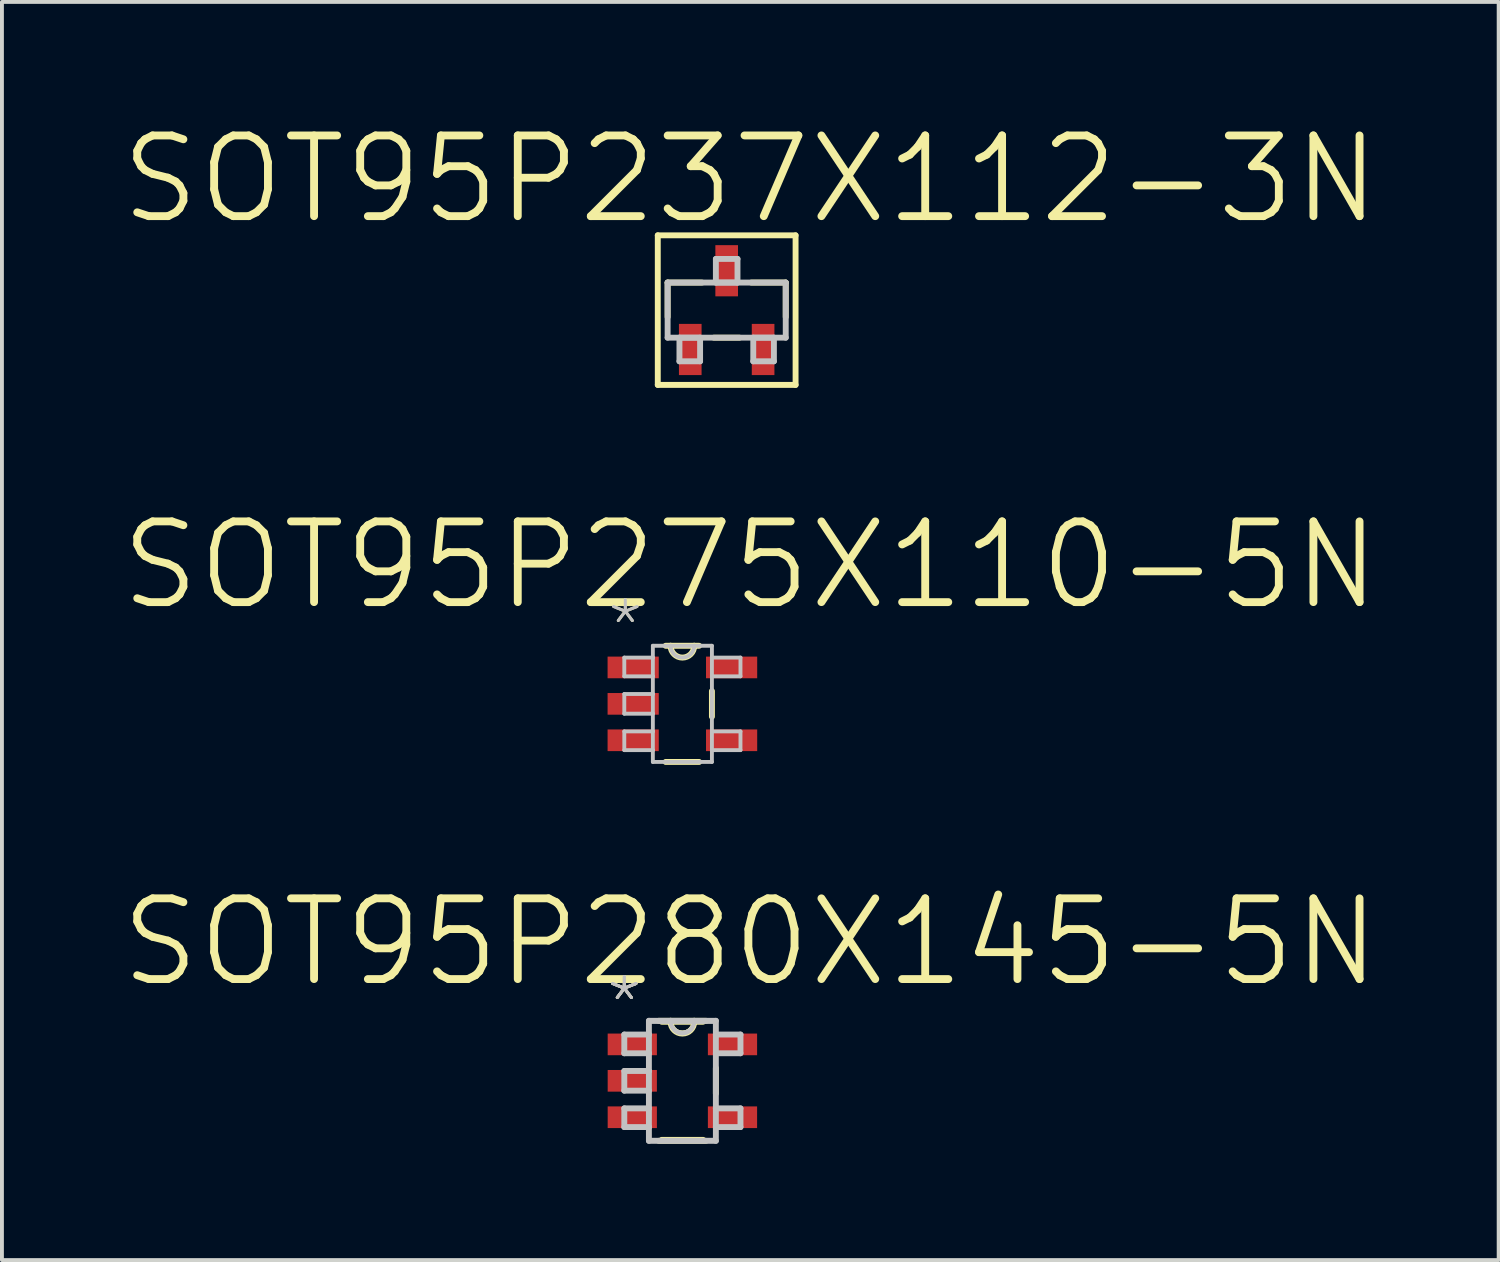
<source format=kicad_pcb>
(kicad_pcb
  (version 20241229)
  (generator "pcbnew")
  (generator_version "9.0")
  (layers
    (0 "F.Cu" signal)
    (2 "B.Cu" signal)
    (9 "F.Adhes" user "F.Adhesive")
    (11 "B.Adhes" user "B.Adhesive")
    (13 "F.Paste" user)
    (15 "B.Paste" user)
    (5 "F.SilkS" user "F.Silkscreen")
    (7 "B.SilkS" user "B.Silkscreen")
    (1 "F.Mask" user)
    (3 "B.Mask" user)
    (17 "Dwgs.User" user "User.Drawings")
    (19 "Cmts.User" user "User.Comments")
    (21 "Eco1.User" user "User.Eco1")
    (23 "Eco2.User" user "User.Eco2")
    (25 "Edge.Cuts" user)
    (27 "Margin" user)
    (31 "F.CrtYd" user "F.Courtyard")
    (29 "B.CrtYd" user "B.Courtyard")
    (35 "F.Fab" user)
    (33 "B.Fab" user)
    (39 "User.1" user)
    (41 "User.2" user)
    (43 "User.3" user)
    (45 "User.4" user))
  (footprint "SOT95P275X110-5N"
    (layer "F.Cu")
    (at 14.56 15.114)
    (property "Reference" "SOT95P275X110-5N" (at 1.753 -3.579 0) (layer "F.SilkS") (effects (font (size 2.083 2.083) (thickness 0.203))))
    (attr smd)
    (fp_line (start -0.432 1.499) (end 0.432 1.499) (stroke (width 0.152) (type solid)) (layer "F.SilkS"))
    (fp_line (start -0.305 -1.499) (end -0.432 -1.499) (stroke (width 0.152) (type solid)) (layer "F.SilkS"))
    (fp_line (start 0.305 -1.499) (end -0.305 -1.499) (stroke (width 0.152) (type solid)) (layer "F.SilkS"))
    (fp_line (start 0.432 -1.499) (end 0.305 -1.499) (stroke (width 0.152) (type solid)) (layer "F.SilkS"))
    (fp_line (start 0.762 0.33) (end 0.762 -0.33) (stroke (width 0.152) (type solid)) (layer "F.SilkS"))
    (fp_arc (start 0.3048 -1.4986) (mid 0 -1.1938) (end -0.3048 -1.4986) (stroke (width 0.1524) (type solid)) (layer "F.SilkS"))
    (fp_line (start -1.499 -1.194) (end -1.499 -0.711) (stroke (width 0.1) (type solid)) (layer "Dwgs.User"))
    (fp_line (start -1.499 -0.711) (end -0.762 -0.711) (stroke (width 0.1) (type solid)) (layer "Dwgs.User"))
    (fp_line (start -1.499 -0.254) (end -1.499 0.254) (stroke (width 0.1) (type solid)) (layer "Dwgs.User"))
    (fp_line (start -1.499 0.254) (end -0.762 0.254) (stroke (width 0.1) (type solid)) (layer "Dwgs.User"))
    (fp_line (start -1.499 0.711) (end -1.499 1.194) (stroke (width 0.1) (type solid)) (layer "Dwgs.User"))
    (fp_line (start -1.499 1.194) (end -0.762 1.194) (stroke (width 0.1) (type solid)) (layer "Dwgs.User"))
    (fp_line (start -0.762 -1.499) (end -0.762 -1.194) (stroke (width 0.1) (type solid)) (layer "Dwgs.User"))
    (fp_line (start -0.762 -1.194) (end -1.499 -1.194) (stroke (width 0.1) (type solid)) (layer "Dwgs.User"))
    (fp_line (start -0.762 -1.194) (end -0.762 -0.711) (stroke (width 0.1) (type solid)) (layer "Dwgs.User"))
    (fp_line (start -0.762 -0.711) (end -0.762 -0.254) (stroke (width 0.1) (type solid)) (layer "Dwgs.User"))
    (fp_line (start -0.762 -0.254) (end -1.499 -0.254) (stroke (width 0.1) (type solid)) (layer "Dwgs.User"))
    (fp_line (start -0.762 -0.254) (end -0.762 0.254) (stroke (width 0.1) (type solid)) (layer "Dwgs.User"))
    (fp_line (start -0.762 0.254) (end -0.762 0.711) (stroke (width 0.1) (type solid)) (layer "Dwgs.User"))
    (fp_line (start -0.762 0.711) (end -1.499 0.711) (stroke (width 0.1) (type solid)) (layer "Dwgs.User"))
    (fp_line (start -0.762 1.194) (end -0.762 0.711) (stroke (width 0.1) (type solid)) (layer "Dwgs.User"))
    (fp_line (start -0.762 1.499) (end -0.762 1.194) (stroke (width 0.1) (type solid)) (layer "Dwgs.User"))
    (fp_line (start -0.762 1.499) (end 0.762 1.499) (stroke (width 0.1) (type solid)) (layer "Dwgs.User"))
    (fp_line (start -0.305 -1.499) (end -0.762 -1.499) (stroke (width 0.1) (type solid)) (layer "Dwgs.User"))
    (fp_line (start 0.305 -1.499) (end -0.305 -1.499) (stroke (width 0.1) (type solid)) (layer "Dwgs.User"))
    (fp_line (start 0.762 -1.499) (end 0.305 -1.499) (stroke (width 0.1) (type solid)) (layer "Dwgs.User"))
    (fp_line (start 0.762 -1.499) (end 0.762 -1.194) (stroke (width 0.1) (type solid)) (layer "Dwgs.User"))
    (fp_line (start 0.762 -1.194) (end 0.762 -0.711) (stroke (width 0.1) (type solid)) (layer "Dwgs.User"))
    (fp_line (start 0.762 -0.711) (end 1.499 -0.711) (stroke (width 0.1) (type solid)) (layer "Dwgs.User"))
    (fp_line (start 0.762 0.711) (end 0.762 -0.711) (stroke (width 0.1) (type solid)) (layer "Dwgs.User"))
    (fp_line (start 0.762 1.194) (end 0.762 0.711) (stroke (width 0.1) (type solid)) (layer "Dwgs.User"))
    (fp_line (start 0.762 1.194) (end 1.499 1.194) (stroke (width 0.1) (type solid)) (layer "Dwgs.User"))
    (fp_line (start 0.762 1.499) (end 0.762 1.194) (stroke (width 0.1) (type solid)) (layer "Dwgs.User"))
    (fp_line (start 1.499 -1.194) (end 0.762 -1.194) (stroke (width 0.1) (type solid)) (layer "Dwgs.User"))
    (fp_line (start 1.499 -0.711) (end 1.499 -1.194) (stroke (width 0.1) (type solid)) (layer "Dwgs.User"))
    (fp_line (start 1.499 0.711) (end 0.762 0.711) (stroke (width 0.1) (type solid)) (layer "Dwgs.User"))
    (fp_line (start 1.499 1.194) (end 1.499 0.711) (stroke (width 0.1) (type solid)) (layer "Dwgs.User"))
    (fp_arc (start 0.3048 -1.4986) (mid 0 -1.1938) (end -0.3048 -1.4986) (stroke (width 0.1) (type solid)) (layer "Dwgs.User"))
    (fp_text user "*" (at -1.473 -2.007 0) (layer "F.SilkS") (effects (font (size 1.27 1.27) (thickness 0.076))))
    (fp_text user "*" (at -1.473 -2.007 0) (layer "Dwgs.User") (effects (font (size 1.27 1.27) (thickness 0.076))))
    (pad "1" smd rect (at -1.27 -0.94) (size 1.321 0.559) (layers "F.Cu" "F.Mask" "F.Paste"))
    (pad "2" smd rect (at -1.27 0) (size 1.321 0.559) (layers "F.Cu" "F.Mask" "F.Paste"))
    (pad "3" smd rect (at -1.27 0.94) (size 1.321 0.559) (layers "F.Cu" "F.Mask" "F.Paste"))
    (pad "4" smd rect (at 1.27 0.94) (size 1.321 0.559) (layers "F.Cu" "F.Mask" "F.Paste"))
    (pad "5" smd rect (at 1.27 -0.94) (size 1.321 0.559) (layers "F.Cu" "F.Mask" "F.Paste")))
  (footprint "SOT95P237X112-3N"
    (layer "F.Cu")
    (at 15.703 4.953)
    (property "Reference" "SOT95P237X112-3N" (at 0.61 -3.378 0) (layer "F.SilkS") (effects (font (size 2.083 2.083) (thickness 0.203))))
    (attr smd)
    (fp_line (start -1.778 -1.93) (end 1.778 -1.93) (stroke (width 0.152) (type solid)) (layer "F.SilkS"))
    (fp_line (start -1.778 1.93) (end -1.778 -1.93) (stroke (width 0.152) (type solid)) (layer "F.SilkS"))
    (fp_line (start -1.524 -0.711) (end -1.524 0.178) (stroke (width 0.152) (type solid)) (layer "F.SilkS"))
    (fp_line (start -0.635 -0.711) (end -1.524 -0.711) (stroke (width 0.152) (type solid)) (layer "F.SilkS"))
    (fp_line (start -0.33 0.711) (end 0.33 0.711) (stroke (width 0.152) (type solid)) (layer "F.SilkS"))
    (fp_line (start 1.524 -0.711) (end 0.635 -0.711) (stroke (width 0.152) (type solid)) (layer "F.SilkS"))
    (fp_line (start 1.524 0.178) (end 1.524 -0.711) (stroke (width 0.152) (type solid)) (layer "F.SilkS"))
    (fp_line (start 1.778 -1.93) (end 1.778 1.93) (stroke (width 0.152) (type solid)) (layer "F.SilkS"))
    (fp_line (start 1.778 1.93) (end -1.778 1.93) (stroke (width 0.152) (type solid)) (layer "F.SilkS"))
    (fp_line (start -1.524 -0.711) (end -1.524 0.711) (stroke (width 0.152) (type solid)) (layer "Dwgs.User"))
    (fp_line (start -1.524 0.711) (end 1.524 0.711) (stroke (width 0.152) (type solid)) (layer "Dwgs.User"))
    (fp_line (start -1.219 0.711) (end -1.219 1.321) (stroke (width 0.152) (type solid)) (layer "Dwgs.User"))
    (fp_line (start -1.219 1.321) (end -0.686 1.321) (stroke (width 0.152) (type solid)) (layer "Dwgs.User"))
    (fp_line (start -0.686 0.711) (end -1.219 0.711) (stroke (width 0.152) (type solid)) (layer "Dwgs.User"))
    (fp_line (start -0.686 1.321) (end -0.686 0.711) (stroke (width 0.152) (type solid)) (layer "Dwgs.User"))
    (fp_line (start -0.279 -1.321) (end -0.279 -0.711) (stroke (width 0.152) (type solid)) (layer "Dwgs.User"))
    (fp_line (start -0.279 -0.711) (end 0.279 -0.711) (stroke (width 0.152) (type solid)) (layer "Dwgs.User"))
    (fp_line (start 0.279 -1.321) (end -0.279 -1.321) (stroke (width 0.152) (type solid)) (layer "Dwgs.User"))
    (fp_line (start 0.279 -0.711) (end 0.279 -1.321) (stroke (width 0.152) (type solid)) (layer "Dwgs.User"))
    (fp_line (start 0.686 0.711) (end 0.686 1.321) (stroke (width 0.152) (type solid)) (layer "Dwgs.User"))
    (fp_line (start 0.686 1.321) (end 1.219 1.321) (stroke (width 0.152) (type solid)) (layer "Dwgs.User"))
    (fp_line (start 1.219 0.711) (end 0.686 0.711) (stroke (width 0.152) (type solid)) (layer "Dwgs.User"))
    (fp_line (start 1.219 1.321) (end 1.219 0.711) (stroke (width 0.152) (type solid)) (layer "Dwgs.User"))
    (fp_line (start 1.524 -0.711) (end -1.524 -0.711) (stroke (width 0.152) (type solid)) (layer "Dwgs.User"))
    (fp_line (start 1.524 0.711) (end 1.524 -0.711) (stroke (width 0.152) (type solid)) (layer "Dwgs.User"))
    (pad "1" smd rect (at -0.94 1.016) (size 0.584 1.321) (layers "F.Cu" "F.Mask" "F.Paste"))
    (pad "2" smd rect (at 0.94 1.016) (size 0.584 1.321) (layers "F.Cu" "F.Mask" "F.Paste"))
    (pad "3" smd rect (at 0 -1.016) (size 0.584 1.321) (layers "F.Cu" "F.Mask" "F.Paste")))
  (footprint "SOT95P280X145-5N"
    (layer "F.Cu")
    (at 14.56 24.842)
    (property "Reference" "SOT95P280X145-5N" (at 1.753 -3.579 0) (layer "F.SilkS") (effects (font (size 2.083 2.083) (thickness 0.203))))
    (attr smd)
    (fp_line (start -0.61 1.549) (end 0.61 1.549) (stroke (width 0.152) (type solid)) (layer "F.SilkS"))
    (fp_line (start -0.533 1.524) (end 0.533 1.524) (stroke (width 0.152) (type solid)) (layer "F.SilkS"))
    (fp_line (start -0.305 -1.549) (end -0.61 -1.549) (stroke (width 0.152) (type solid)) (layer "F.SilkS"))
    (fp_line (start -0.305 -1.524) (end -0.533 -1.524) (stroke (width 0.152) (type solid)) (layer "F.SilkS"))
    (fp_line (start 0.305 -1.549) (end -0.305 -1.549) (stroke (width 0.152) (type solid)) (layer "F.SilkS"))
    (fp_line (start 0.305 -1.524) (end -0.305 -1.524) (stroke (width 0.152) (type solid)) (layer "F.SilkS"))
    (fp_line (start 0.533 -1.524) (end 0.305 -1.524) (stroke (width 0.152) (type solid)) (layer "F.SilkS"))
    (fp_line (start 0.61 -1.549) (end 0.305 -1.549) (stroke (width 0.152) (type solid)) (layer "F.SilkS"))
    (fp_line (start 0.864 0.33) (end 0.864 -0.33) (stroke (width 0.152) (type solid)) (layer "F.SilkS"))
    (fp_arc (start 0.3048 -1.5494) (mid 0 -1.2446) (end -0.3048 -1.5494) (stroke (width 0.1) (type solid)) (layer "F.SilkS"))
    (fp_arc (start 0.3048 -1.524) (mid 0 -1.2192) (end -0.3048 -1.524) (stroke (width 0.1524) (type solid)) (layer "F.SilkS"))
    (fp_line (start -1.499 -1.194) (end -1.499 -0.711) (stroke (width 0.152) (type solid)) (layer "Dwgs.User"))
    (fp_line (start -1.499 -0.711) (end -0.864 -0.711) (stroke (width 0.152) (type solid)) (layer "Dwgs.User"))
    (fp_line (start -1.499 -0.254) (end -1.499 0.254) (stroke (width 0.152) (type solid)) (layer "Dwgs.User"))
    (fp_line (start -1.499 0.254) (end -0.864 0.254) (stroke (width 0.152) (type solid)) (layer "Dwgs.User"))
    (fp_line (start -1.499 0.711) (end -1.499 1.194) (stroke (width 0.152) (type solid)) (layer "Dwgs.User"))
    (fp_line (start -1.499 1.194) (end -0.864 1.194) (stroke (width 0.152) (type solid)) (layer "Dwgs.User"))
    (fp_line (start -0.864 -1.549) (end -0.864 -1.194) (stroke (width 0.152) (type solid)) (layer "Dwgs.User"))
    (fp_line (start -0.864 -1.524) (end -0.864 -1.194) (stroke (width 0.1) (type solid)) (layer "Dwgs.User"))
    (fp_line (start -0.864 -1.194) (end -1.499 -1.194) (stroke (width 0.152) (type solid)) (layer "Dwgs.User"))
    (fp_line (start -0.864 -0.711) (end -0.864 -1.194) (stroke (width 0.152) (type solid)) (layer "Dwgs.User"))
    (fp_line (start -0.864 -0.711) (end -0.864 -0.254) (stroke (width 0.152) (type solid)) (layer "Dwgs.User"))
    (fp_line (start -0.864 -0.254) (end -1.499 -0.254) (stroke (width 0.152) (type solid)) (layer "Dwgs.User"))
    (fp_line (start -0.864 0.254) (end -0.864 -0.254) (stroke (width 0.152) (type solid)) (layer "Dwgs.User"))
    (fp_line (start -0.864 0.254) (end -0.864 0.711) (stroke (width 0.152) (type solid)) (layer "Dwgs.User"))
    (fp_line (start -0.864 0.711) (end -1.499 0.711) (stroke (width 0.152) (type solid)) (layer "Dwgs.User"))
    (fp_line (start -0.864 1.194) (end -0.864 0.711) (stroke (width 0.152) (type solid)) (layer "Dwgs.User"))
    (fp_line (start -0.864 1.194) (end -0.864 1.549) (stroke (width 0.152) (type solid)) (layer "Dwgs.User"))
    (fp_line (start -0.864 1.524) (end -0.864 1.194) (stroke (width 0.1) (type solid)) (layer "Dwgs.User"))
    (fp_line (start -0.864 1.524) (end 0.864 1.524) (stroke (width 0.1) (type solid)) (layer "Dwgs.User"))
    (fp_line (start -0.864 1.549) (end 0.864 1.549) (stroke (width 0.152) (type solid)) (layer "Dwgs.User"))
    (fp_line (start -0.305 -1.549) (end -0.864 -1.549) (stroke (width 0.152) (type solid)) (layer "Dwgs.User"))
    (fp_line (start -0.305 -1.524) (end -0.864 -1.524) (stroke (width 0.1) (type solid)) (layer "Dwgs.User"))
    (fp_line (start 0.305 -1.549) (end -0.305 -1.549) (stroke (width 0.152) (type solid)) (layer "Dwgs.User"))
    (fp_line (start 0.305 -1.524) (end -0.305 -1.524) (stroke (width 0.1) (type solid)) (layer "Dwgs.User"))
    (fp_line (start 0.864 -1.549) (end 0.305 -1.549) (stroke (width 0.152) (type solid)) (layer "Dwgs.User"))
    (fp_line (start 0.864 -1.524) (end 0.305 -1.524) (stroke (width 0.1) (type solid)) (layer "Dwgs.User"))
    (fp_line (start 0.864 -1.524) (end 0.864 -1.194) (stroke (width 0.1) (type solid)) (layer "Dwgs.User"))
    (fp_line (start 0.864 -1.194) (end 0.864 -1.549) (stroke (width 0.152) (type solid)) (layer "Dwgs.User"))
    (fp_line (start 0.864 -1.194) (end 0.864 -0.711) (stroke (width 0.152) (type solid)) (layer "Dwgs.User"))
    (fp_line (start 0.864 -0.711) (end 1.499 -0.711) (stroke (width 0.152) (type solid)) (layer "Dwgs.User"))
    (fp_line (start 0.864 0.711) (end 0.864 -0.711) (stroke (width 0.152) (type solid)) (layer "Dwgs.User"))
    (fp_line (start 0.864 0.711) (end 0.864 1.194) (stroke (width 0.152) (type solid)) (layer "Dwgs.User"))
    (fp_line (start 0.864 1.194) (end 1.499 1.194) (stroke (width 0.152) (type solid)) (layer "Dwgs.User"))
    (fp_line (start 0.864 1.524) (end 0.864 1.194) (stroke (width 0.1) (type solid)) (layer "Dwgs.User"))
    (fp_line (start 0.864 1.549) (end 0.864 1.194) (stroke (width 0.152) (type solid)) (layer "Dwgs.User"))
    (fp_line (start 1.499 -1.194) (end 0.864 -1.194) (stroke (width 0.152) (type solid)) (layer "Dwgs.User"))
    (fp_line (start 1.499 -0.711) (end 1.499 -1.194) (stroke (width 0.152) (type solid)) (layer "Dwgs.User"))
    (fp_line (start 1.499 0.711) (end 0.864 0.711) (stroke (width 0.152) (type solid)) (layer "Dwgs.User"))
    (fp_line (start 1.499 1.194) (end 1.499 0.711) (stroke (width 0.152) (type solid)) (layer "Dwgs.User"))
    (fp_arc (start 0.3048 -1.5494) (mid 0 -1.2446) (end -0.3048 -1.5494) (stroke (width 0.1) (type solid)) (layer "Dwgs.User"))
    (fp_arc (start 0.3048 -1.524) (mid 0 -1.2192) (end -0.3048 -1.524) (stroke (width 0.1) (type solid)) (layer "Dwgs.User"))
    (fp_text user "*" (at -1.499 -2.007 0) (layer "F.SilkS") (effects (font (size 1.27 1.27) (thickness 0.076))))
    (fp_text user "*" (at -1.499 -2.007 0) (layer "F.SilkS") (effects (font (size 1.27 1.27) (thickness 0.076))))
    (fp_text user "*" (at -1.499 -2.007 0) (layer "Dwgs.User") (effects (font (size 1.27 1.27) (thickness 0.076))))
    (fp_text user "*" (at -1.499 -2.007 0) (layer "Dwgs.User") (effects (font (size 1.27 1.27) (thickness 0.076))))
    (pad "1" smd rect (at -1.293 -0.94) (size 1.27 0.559) (layers "F.Cu" "F.Mask" "F.Paste"))
    (pad "2" smd rect (at -1.293 0) (size 1.27 0.559) (layers "F.Cu" "F.Mask" "F.Paste"))
    (pad "3" smd rect (at -1.293 0.94) (size 1.27 0.559) (layers "F.Cu" "F.Mask" "F.Paste"))
    (pad "4" smd rect (at 1.293 0.94) (size 1.27 0.559) (layers "F.Cu" "F.Mask" "F.Paste"))
    (pad "5" smd rect (at 1.293 -0.94) (size 1.27 0.559) (layers "F.Cu" "F.Mask" "F.Paste")))
  (gr_rect
    (start -3 -3)
    (end 35.625 29.468)
    (stroke (width 0.1) (type default))
    (fill no)
    (layer "Edge.Cuts")))
</source>
